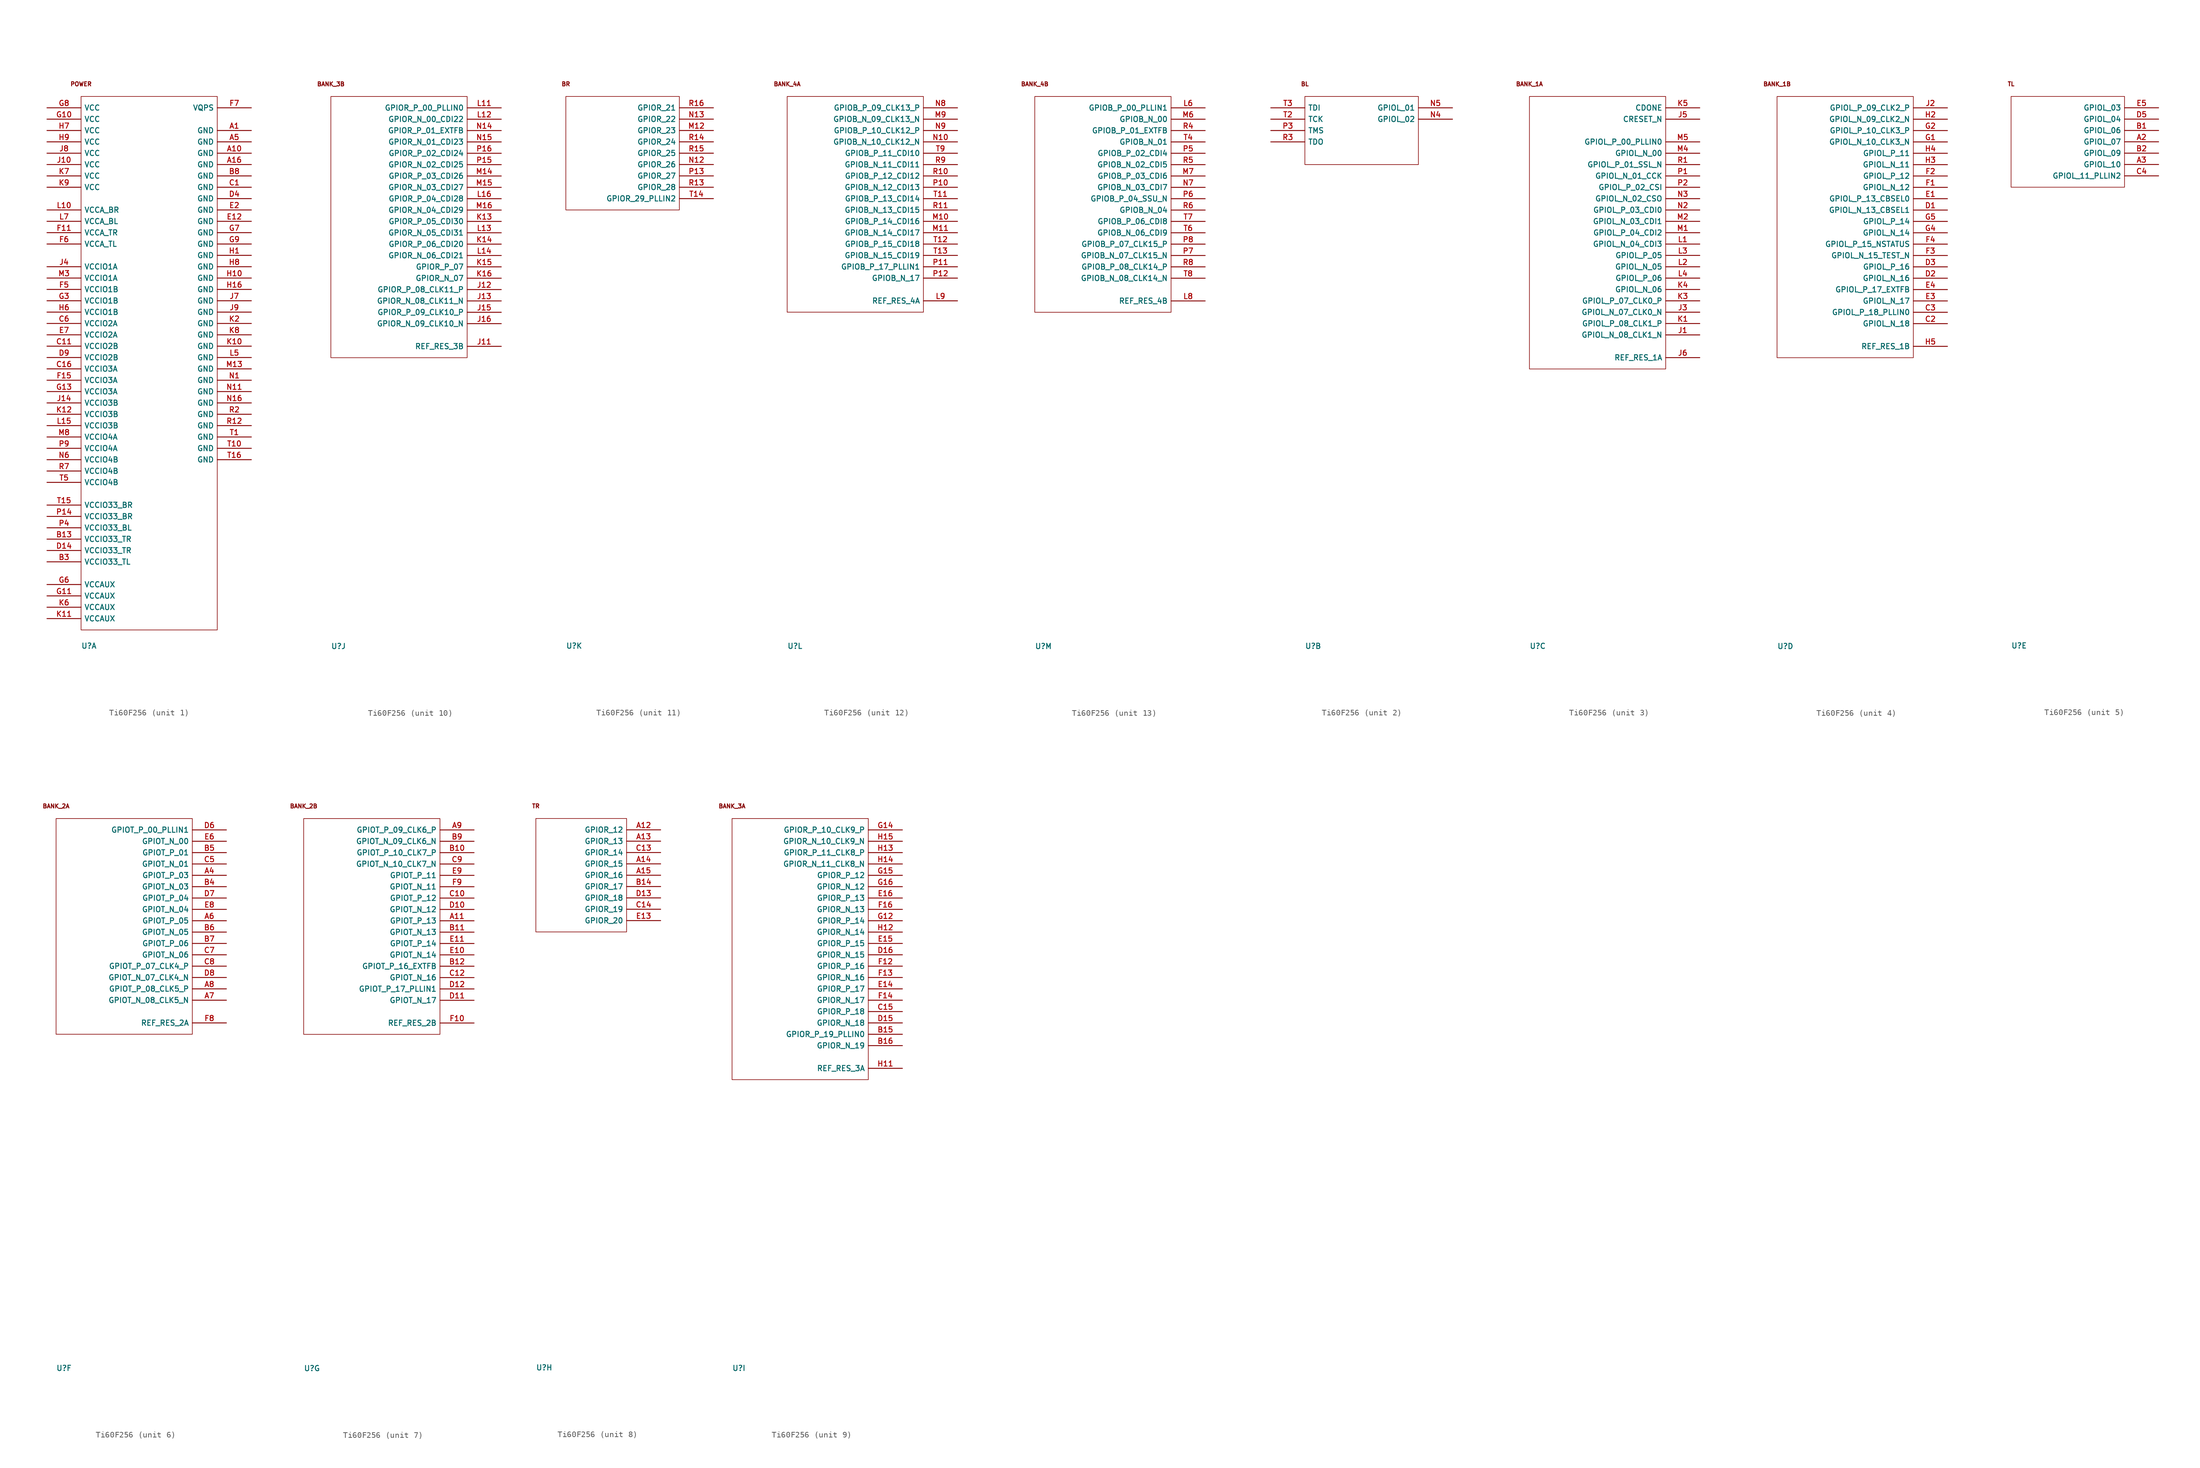
<source format=kicad_sym>
(kicad_symbol_lib
  (version 20231120)
  (generator "kicad_symbol_editor")
  (generator_version "8.0")
  (symbol "Ti60F256"
    (property "Reference" "U"
      (at 0 -91.694 0)
      (effects (font (size 0.889 0.889)) (justify left top)))
    (property "ki_locked" ""
      (at 0 0 0)
      (effects (font (size 1.27 1.27))))
    (symbol "Ti60F256_1_0"
      (pin power_in line (at 28.575 -5.715 180) (length 5.715) (name "GND" (effects (font (size 0.889 0.889)))) (number "A1" (effects (font (size 0.889 0.889)))))
      (pin power_in line (at 28.575 -9.525 180) (length 5.715) (name "GND" (effects (font (size 0.889 0.889)))) (number "A10" (effects (font (size 0.889 0.889)))))
      (pin power_in line (at 28.575 -11.43 180) (length 5.715) (name "GND" (effects (font (size 0.889 0.889)))) (number "A16" (effects (font (size 0.889 0.889)))))
      (pin power_in line (at 28.575 -7.62 180) (length 5.715) (name "GND" (effects (font (size 0.889 0.889)))) (number "A5" (effects (font (size 0.889 0.889)))))
      (pin power_in line (at -5.715 -74.295 0) (length 5.715) (name "VCCIO33_TR" (effects (font (size 0.889 0.889)))) (number "B13" (effects (font (size 0.889 0.889)))))
      (pin power_in line (at -5.715 -78.105 0) (length 5.715) (name "VCCIO33_TL" (effects (font (size 0.889 0.889)))) (number "B3" (effects (font (size 0.889 0.889)))))
      (pin power_in line (at 28.575 -13.335 180) (length 5.715) (name "GND" (effects (font (size 0.889 0.889)))) (number "B8" (effects (font (size 0.889 0.889)))))
      (pin power_in line (at 28.575 -15.24 180) (length 5.715) (name "GND" (effects (font (size 0.889 0.889)))) (number "C1" (effects (font (size 0.889 0.889)))))
      (pin power_in line (at -5.715 -41.91 0) (length 5.715) (name "VCCIO2B" (effects (font (size 0.889 0.889)))) (number "C11" (effects (font (size 0.889 0.889)))))
      (pin power_in line (at -5.715 -45.72 0) (length 5.715) (name "VCCIO3A" (effects (font (size 0.889 0.889)))) (number "C16" (effects (font (size 0.889 0.889)))))
      (pin power_in line (at -5.715 -38.1 0) (length 5.715) (name "VCCIO2A" (effects (font (size 0.889 0.889)))) (number "C6" (effects (font (size 0.889 0.889)))))
      (pin power_in line (at -5.715 -76.2 0) (length 5.715) (name "VCCIO33_TR" (effects (font (size 0.889 0.889)))) (number "D14" (effects (font (size 0.889 0.889)))))
      (pin power_in line (at 28.575 -17.145 180) (length 5.715) (name "GND" (effects (font (size 0.889 0.889)))) (number "D4" (effects (font (size 0.889 0.889)))))
      (pin power_in line (at -5.715 -43.815 0) (length 5.715) (name "VCCIO2B" (effects (font (size 0.889 0.889)))) (number "D9" (effects (font (size 0.889 0.889)))))
      (pin power_in line (at 28.575 -20.955 180) (length 5.715) (name "GND" (effects (font (size 0.889 0.889)))) (number "E12" (effects (font (size 0.889 0.889)))))
      (pin power_in line (at 28.575 -19.05 180) (length 5.715) (name "GND" (effects (font (size 0.889 0.889)))) (number "E2" (effects (font (size 0.889 0.889)))))
      (pin power_in line (at -5.715 -40.005 0) (length 5.715) (name "VCCIO2A" (effects (font (size 0.889 0.889)))) (number "E7" (effects (font (size 0.889 0.889)))))
      (pin power_in line (at -5.715 -22.86 0) (length 5.715) (name "VCCA_TR" (effects (font (size 0.889 0.889)))) (number "F11" (effects (font (size 0.889 0.889)))))
      (pin power_in line (at -5.715 -47.625 0) (length 5.715) (name "VCCIO3A" (effects (font (size 0.889 0.889)))) (number "F15" (effects (font (size 0.889 0.889)))))
      (pin power_in line (at -5.715 -32.385 0) (length 5.715) (name "VCCIO1B" (effects (font (size 0.889 0.889)))) (number "F5" (effects (font (size 0.889 0.889)))))
      (pin power_in line (at -5.715 -24.765 0) (length 5.715) (name "VCCA_TL" (effects (font (size 0.889 0.889)))) (number "F6" (effects (font (size 0.889 0.889)))))
      (pin power_in line (at 28.575 -1.905 180) (length 5.715) (name "VQPS" (effects (font (size 0.889 0.889)))) (number "F7" (effects (font (size 0.889 0.889)))))
      (pin power_in line (at -5.715 -3.81 0) (length 5.715) (name "VCC" (effects (font (size 0.889 0.889)))) (number "G10" (effects (font (size 0.889 0.889)))))
      (pin power_in line (at -5.715 -83.82 0) (length 5.715) (name "VCCAUX" (effects (font (size 0.889 0.889)))) (number "G11" (effects (font (size 0.889 0.889)))))
      (pin power_in line (at -5.715 -49.53 0) (length 5.715) (name "VCCIO3A" (effects (font (size 0.889 0.889)))) (number "G13" (effects (font (size 0.889 0.889)))))
      (pin power_in line (at -5.715 -34.29 0) (length 5.715) (name "VCCIO1B" (effects (font (size 0.889 0.889)))) (number "G3" (effects (font (size 0.889 0.889)))))
      (pin power_in line (at -5.715 -81.915 0) (length 5.715) (name "VCCAUX" (effects (font (size 0.889 0.889)))) (number "G6" (effects (font (size 0.889 0.889)))))
      (pin power_in line (at 28.575 -22.86 180) (length 5.715) (name "GND" (effects (font (size 0.889 0.889)))) (number "G7" (effects (font (size 0.889 0.889)))))
      (pin power_in line (at -5.715 -1.905 0) (length 5.715) (name "VCC" (effects (font (size 0.889 0.889)))) (number "G8" (effects (font (size 0.889 0.889)))))
      (pin power_in line (at 28.575 -24.765 180) (length 5.715) (name "GND" (effects (font (size 0.889 0.889)))) (number "G9" (effects (font (size 0.889 0.889)))))
      (pin power_in line (at 28.575 -26.67 180) (length 5.715) (name "GND" (effects (font (size 0.889 0.889)))) (number "H1" (effects (font (size 0.889 0.889)))))
      (pin power_in line (at 28.575 -30.48 180) (length 5.715) (name "GND" (effects (font (size 0.889 0.889)))) (number "H10" (effects (font (size 0.889 0.889)))))
      (pin power_in line (at 28.575 -32.385 180) (length 5.715) (name "GND" (effects (font (size 0.889 0.889)))) (number "H16" (effects (font (size 0.889 0.889)))))
      (pin power_in line (at -5.715 -36.195 0) (length 5.715) (name "VCCIO1B" (effects (font (size 0.889 0.889)))) (number "H6" (effects (font (size 0.889 0.889)))))
      (pin power_in line (at -5.715 -5.715 0) (length 5.715) (name "VCC" (effects (font (size 0.889 0.889)))) (number "H7" (effects (font (size 0.889 0.889)))))
      (pin power_in line (at 28.575 -28.575 180) (length 5.715) (name "GND" (effects (font (size 0.889 0.889)))) (number "H8" (effects (font (size 0.889 0.889)))))
      (pin power_in line (at -5.715 -7.62 0) (length 5.715) (name "VCC" (effects (font (size 0.889 0.889)))) (number "H9" (effects (font (size 0.889 0.889)))))
      (pin power_in line (at -5.715 -11.43 0) (length 5.715) (name "VCC" (effects (font (size 0.889 0.889)))) (number "J10" (effects (font (size 0.889 0.889)))))
      (pin power_in line (at -5.715 -51.435 0) (length 5.715) (name "VCCIO3B" (effects (font (size 0.889 0.889)))) (number "J14" (effects (font (size 0.889 0.889)))))
      (pin power_in line (at -5.715 -28.575 0) (length 5.715) (name "VCCIO1A" (effects (font (size 0.889 0.889)))) (number "J4" (effects (font (size 0.889 0.889)))))
      (pin power_in line (at 28.575 -34.29 180) (length 5.715) (name "GND" (effects (font (size 0.889 0.889)))) (number "J7" (effects (font (size 0.889 0.889)))))
      (pin power_in line (at -5.715 -9.525 0) (length 5.715) (name "VCC" (effects (font (size 0.889 0.889)))) (number "J8" (effects (font (size 0.889 0.889)))))
      (pin power_in line (at 28.575 -36.195 180) (length 5.715) (name "GND" (effects (font (size 0.889 0.889)))) (number "J9" (effects (font (size 0.889 0.889)))))
      (pin power_in line (at 28.575 -41.91 180) (length 5.715) (name "GND" (effects (font (size 0.889 0.889)))) (number "K10" (effects (font (size 0.889 0.889)))))
      (pin power_in line (at -5.715 -87.63 0) (length 5.715) (name "VCCAUX" (effects (font (size 0.889 0.889)))) (number "K11" (effects (font (size 0.889 0.889)))))
      (pin power_in line (at -5.715 -53.34 0) (length 5.715) (name "VCCIO3B" (effects (font (size 0.889 0.889)))) (number "K12" (effects (font (size 0.889 0.889)))))
      (pin power_in line (at 28.575 -38.1 180) (length 5.715) (name "GND" (effects (font (size 0.889 0.889)))) (number "K2" (effects (font (size 0.889 0.889)))))
      (pin power_in line (at -5.715 -85.725 0) (length 5.715) (name "VCCAUX" (effects (font (size 0.889 0.889)))) (number "K6" (effects (font (size 0.889 0.889)))))
      (pin power_in line (at -5.715 -13.335 0) (length 5.715) (name "VCC" (effects (font (size 0.889 0.889)))) (number "K7" (effects (font (size 0.889 0.889)))))
      (pin power_in line (at 28.575 -40.005 180) (length 5.715) (name "GND" (effects (font (size 0.889 0.889)))) (number "K8" (effects (font (size 0.889 0.889)))))
      (pin power_in line (at -5.715 -15.24 0) (length 5.715) (name "VCC" (effects (font (size 0.889 0.889)))) (number "K9" (effects (font (size 0.889 0.889)))))
      (pin power_in line (at -5.715 -19.05 0) (length 5.715) (name "VCCA_BR" (effects (font (size 0.889 0.889)))) (number "L10" (effects (font (size 0.889 0.889)))))
      (pin power_in line (at -5.715 -55.245 0) (length 5.715) (name "VCCIO3B" (effects (font (size 0.889 0.889)))) (number "L15" (effects (font (size 0.889 0.889)))))
      (pin power_in line (at 28.575 -43.815 180) (length 5.715) (name "GND" (effects (font (size 0.889 0.889)))) (number "L5" (effects (font (size 0.889 0.889)))))
      (pin power_in line (at -5.715 -20.955 0) (length 5.715) (name "VCCA_BL" (effects (font (size 0.889 0.889)))) (number "L7" (effects (font (size 0.889 0.889)))))
      (pin power_in line (at 28.575 -45.72 180) (length 5.715) (name "GND" (effects (font (size 0.889 0.889)))) (number "M13" (effects (font (size 0.889 0.889)))))
      (pin power_in line (at -5.715 -30.48 0) (length 5.715) (name "VCCIO1A" (effects (font (size 0.889 0.889)))) (number "M3" (effects (font (size 0.889 0.889)))))
      (pin power_in line (at -5.715 -57.15 0) (length 5.715) (name "VCCIO4A" (effects (font (size 0.889 0.889)))) (number "M8" (effects (font (size 0.889 0.889)))))
      (pin power_in line (at 28.575 -47.625 180) (length 5.715) (name "GND" (effects (font (size 0.889 0.889)))) (number "N1" (effects (font (size 0.889 0.889)))))
      (pin power_in line (at 28.575 -49.53 180) (length 5.715) (name "GND" (effects (font (size 0.889 0.889)))) (number "N11" (effects (font (size 0.889 0.889)))))
      (pin power_in line (at 28.575 -51.435 180) (length 5.715) (name "GND" (effects (font (size 0.889 0.889)))) (number "N16" (effects (font (size 0.889 0.889)))))
      (pin power_in line (at -5.715 -60.96 0) (length 5.715) (name "VCCIO4B" (effects (font (size 0.889 0.889)))) (number "N6" (effects (font (size 0.889 0.889)))))
      (pin power_in line (at -5.715 -70.485 0) (length 5.715) (name "VCCIO33_BR" (effects (font (size 0.889 0.889)))) (number "P14" (effects (font (size 0.889 0.889)))))
      (pin power_in line (at -5.715 -72.39 0) (length 5.715) (name "VCCIO33_BL" (effects (font (size 0.889 0.889)))) (number "P4" (effects (font (size 0.889 0.889)))))
      (pin power_in line (at -5.715 -59.055 0) (length 5.715) (name "VCCIO4A" (effects (font (size 0.889 0.889)))) (number "P9" (effects (font (size 0.889 0.889)))))
      (pin power_in line (at 28.575 -55.245 180) (length 5.715) (name "GND" (effects (font (size 0.889 0.889)))) (number "R12" (effects (font (size 0.889 0.889)))))
      (pin power_in line (at 28.575 -53.34 180) (length 5.715) (name "GND" (effects (font (size 0.889 0.889)))) (number "R2" (effects (font (size 0.889 0.889)))))
      (pin power_in line (at -5.715 -62.865 0) (length 5.715) (name "VCCIO4B" (effects (font (size 0.889 0.889)))) (number "R7" (effects (font (size 0.889 0.889)))))
      (pin power_in line (at 28.575 -57.15 180) (length 5.715) (name "GND" (effects (font (size 0.889 0.889)))) (number "T1" (effects (font (size 0.889 0.889)))))
      (pin power_in line (at 28.575 -59.055 180) (length 5.715) (name "GND" (effects (font (size 0.889 0.889)))) (number "T10" (effects (font (size 0.889 0.889)))))
      (pin power_in line (at -5.715 -68.58 0) (length 5.715) (name "VCCIO33_BR" (effects (font (size 0.889 0.889)))) (number "T15" (effects (font (size 0.889 0.889)))))
      (pin power_in line (at 28.575 -60.96 180) (length 5.715) (name "GND" (effects (font (size 0.889 0.889)))) (number "T16" (effects (font (size 0.889 0.889)))))
      (pin power_in line (at -5.715 -64.77 0) (length 5.715) (name "VCCIO4B" (effects (font (size 0.889 0.889)))) (number "T5" (effects (font (size 0.889 0.889))))))
    (symbol "Ti60F256_1_1"
      (rectangle (start 0 0) (end 22.86 -89.535) (stroke (width 0.102) (type solid)) (fill (type none)))
      (text "POWER" (at 0 2.083 0) (effects (font (size 0.686 0.686)))))
    (symbol "Ti60F256_2_0"
      (pin bidirectional line (at 24.765 -3.81 180) (length 5.715) (name "GPIOL_02" (effects (font (size 0.889 0.889)))) (number "N4" (effects (font (size 0.889 0.889)))))
      (pin bidirectional line (at 24.765 -1.905 180) (length 5.715) (name "GPIOL_01" (effects (font (size 0.889 0.889)))) (number "N5" (effects (font (size 0.889 0.889)))))
      (pin input line (at -5.715 -5.715 0) (length 5.715) (name "TMS" (effects (font (size 0.889 0.889)))) (number "P3" (effects (font (size 0.889 0.889)))))
      (pin output line (at -5.715 -7.62 0) (length 5.715) (name "TDO" (effects (font (size 0.889 0.889)))) (number "R3" (effects (font (size 0.889 0.889)))))
      (pin input line (at -5.715 -3.81 0) (length 5.715) (name "TCK" (effects (font (size 0.889 0.889)))) (number "T2" (effects (font (size 0.889 0.889)))))
      (pin input line (at -5.715 -1.905 0) (length 5.715) (name "TDI" (effects (font (size 0.889 0.889)))) (number "T3" (effects (font (size 0.889 0.889))))))
    (symbol "Ti60F256_2_1"
      (rectangle (start 0 0) (end 19.05 -11.43) (stroke (width 0.102) (type solid)) (fill (type none)))
      (text "BL" (at 0 2.083 0) (effects (font (size 0.686 0.686)))))
    (symbol "Ti60F256_3_0"
      (pin bidirectional line (at 28.575 -40.005 180) (length 5.715) (name "GPIOL_N_08_CLK1_N" (effects (font (size 0.889 0.889)))) (number "J1" (effects (font (size 0.889 0.889)))))
      (pin bidirectional line (at 28.575 -36.195 180) (length 5.715) (name "GPIOL_N_07_CLK0_N" (effects (font (size 0.889 0.889)))) (number "J3" (effects (font (size 0.889 0.889)))))
      (pin input line (at 28.575 -3.81 180) (length 5.715) (name "CRESET_N" (effects (font (size 0.889 0.889)))) (number "J5" (effects (font (size 0.889 0.889)))))
      (pin passive line (at 28.575 -43.815 180) (length 5.715) (name "REF_RES_1A" (effects (font (size 0.889 0.889)))) (number "J6" (effects (font (size 0.889 0.889)))))
      (pin bidirectional line (at 28.575 -38.1 180) (length 5.715) (name "GPIOL_P_08_CLK1_P" (effects (font (size 0.889 0.889)))) (number "K1" (effects (font (size 0.889 0.889)))))
      (pin bidirectional line (at 28.575 -34.29 180) (length 5.715) (name "GPIOL_P_07_CLK0_P" (effects (font (size 0.889 0.889)))) (number "K3" (effects (font (size 0.889 0.889)))))
      (pin bidirectional line (at 28.575 -32.385 180) (length 5.715) (name "GPIOL_N_06" (effects (font (size 0.889 0.889)))) (number "K4" (effects (font (size 0.889 0.889)))))
      (pin bidirectional line (at 28.575 -1.905 180) (length 5.715) (name "CDONE" (effects (font (size 0.889 0.889)))) (number "K5" (effects (font (size 0.889 0.889)))))
      (pin bidirectional line (at 28.575 -24.765 180) (length 5.715) (name "GPIOL_N_04_CDI3" (effects (font (size 0.889 0.889)))) (number "L1" (effects (font (size 0.889 0.889)))))
      (pin bidirectional line (at 28.575 -28.575 180) (length 5.715) (name "GPIOL_N_05" (effects (font (size 0.889 0.889)))) (number "L2" (effects (font (size 0.889 0.889)))))
      (pin bidirectional line (at 28.575 -26.67 180) (length 5.715) (name "GPIOL_P_05" (effects (font (size 0.889 0.889)))) (number "L3" (effects (font (size 0.889 0.889)))))
      (pin bidirectional line (at 28.575 -30.48 180) (length 5.715) (name "GPIOL_P_06" (effects (font (size 0.889 0.889)))) (number "L4" (effects (font (size 0.889 0.889)))))
      (pin bidirectional line (at 28.575 -22.86 180) (length 5.715) (name "GPIOL_P_04_CDI2" (effects (font (size 0.889 0.889)))) (number "M1" (effects (font (size 0.889 0.889)))))
      (pin bidirectional line (at 28.575 -20.955 180) (length 5.715) (name "GPIOL_N_03_CDI1" (effects (font (size 0.889 0.889)))) (number "M2" (effects (font (size 0.889 0.889)))))
      (pin bidirectional line (at 28.575 -9.525 180) (length 5.715) (name "GPIOL_N_00" (effects (font (size 0.889 0.889)))) (number "M4" (effects (font (size 0.889 0.889)))))
      (pin bidirectional line (at 28.575 -7.62 180) (length 5.715) (name "GPIOL_P_00_PLLIN0" (effects (font (size 0.889 0.889)))) (number "M5" (effects (font (size 0.889 0.889)))))
      (pin bidirectional line (at 28.575 -19.05 180) (length 5.715) (name "GPIOL_P_03_CDI0" (effects (font (size 0.889 0.889)))) (number "N2" (effects (font (size 0.889 0.889)))))
      (pin bidirectional line (at 28.575 -17.145 180) (length 5.715) (name "GPIOL_N_02_CSO" (effects (font (size 0.889 0.889)))) (number "N3" (effects (font (size 0.889 0.889)))))
      (pin bidirectional line (at 28.575 -13.335 180) (length 5.715) (name "GPIOL_N_01_CCK" (effects (font (size 0.889 0.889)))) (number "P1" (effects (font (size 0.889 0.889)))))
      (pin bidirectional line (at 28.575 -15.24 180) (length 5.715) (name "GPIOL_P_02_CSI" (effects (font (size 0.889 0.889)))) (number "P2" (effects (font (size 0.889 0.889)))))
      (pin bidirectional line (at 28.575 -11.43 180) (length 5.715) (name "GPIOL_P_01_SSL_N" (effects (font (size 0.889 0.889)))) (number "R1" (effects (font (size 0.889 0.889))))))
    (symbol "Ti60F256_3_1"
      (rectangle (start 0 0) (end 22.86 -45.72) (stroke (width 0.102) (type solid)) (fill (type none)))
      (text "BANK_1A" (at 0 2.083 0) (effects (font (size 0.686 0.686)))))
    (symbol "Ti60F256_4_0"
      (pin bidirectional line (at 28.575 -38.1 180) (length 5.715) (name "GPIOL_N_18" (effects (font (size 0.889 0.889)))) (number "C2" (effects (font (size 0.889 0.889)))))
      (pin bidirectional line (at 28.575 -36.195 180) (length 5.715) (name "GPIOL_P_18_PLLIN0" (effects (font (size 0.889 0.889)))) (number "C3" (effects (font (size 0.889 0.889)))))
      (pin bidirectional line (at 28.575 -19.05 180) (length 5.715) (name "GPIOL_N_13_CBSEL1" (effects (font (size 0.889 0.889)))) (number "D1" (effects (font (size 0.889 0.889)))))
      (pin bidirectional line (at 28.575 -30.48 180) (length 5.715) (name "GPIOL_N_16" (effects (font (size 0.889 0.889)))) (number "D2" (effects (font (size 0.889 0.889)))))
      (pin bidirectional line (at 28.575 -28.575 180) (length 5.715) (name "GPIOL_P_16" (effects (font (size 0.889 0.889)))) (number "D3" (effects (font (size 0.889 0.889)))))
      (pin bidirectional line (at 28.575 -17.145 180) (length 5.715) (name "GPIOL_P_13_CBSEL0" (effects (font (size 0.889 0.889)))) (number "E1" (effects (font (size 0.889 0.889)))))
      (pin bidirectional line (at 28.575 -34.29 180) (length 5.715) (name "GPIOL_N_17" (effects (font (size 0.889 0.889)))) (number "E3" (effects (font (size 0.889 0.889)))))
      (pin bidirectional line (at 28.575 -32.385 180) (length 5.715) (name "GPIOL_P_17_EXTFB" (effects (font (size 0.889 0.889)))) (number "E4" (effects (font (size 0.889 0.889)))))
      (pin bidirectional line (at 28.575 -15.24 180) (length 5.715) (name "GPIOL_N_12" (effects (font (size 0.889 0.889)))) (number "F1" (effects (font (size 0.889 0.889)))))
      (pin bidirectional line (at 28.575 -13.335 180) (length 5.715) (name "GPIOL_P_12" (effects (font (size 0.889 0.889)))) (number "F2" (effects (font (size 0.889 0.889)))))
      (pin bidirectional line (at 28.575 -26.67 180) (length 5.715) (name "GPIOL_N_15_TEST_N" (effects (font (size 0.889 0.889)))) (number "F3" (effects (font (size 0.889 0.889)))))
      (pin bidirectional line (at 28.575 -24.765 180) (length 5.715) (name "GPIOL_P_15_NSTATUS" (effects (font (size 0.889 0.889)))) (number "F4" (effects (font (size 0.889 0.889)))))
      (pin bidirectional line (at 28.575 -7.62 180) (length 5.715) (name "GPIOL_N_10_CLK3_N" (effects (font (size 0.889 0.889)))) (number "G1" (effects (font (size 0.889 0.889)))))
      (pin bidirectional line (at 28.575 -5.715 180) (length 5.715) (name "GPIOL_P_10_CLK3_P" (effects (font (size 0.889 0.889)))) (number "G2" (effects (font (size 0.889 0.889)))))
      (pin bidirectional line (at 28.575 -22.86 180) (length 5.715) (name "GPIOL_N_14" (effects (font (size 0.889 0.889)))) (number "G4" (effects (font (size 0.889 0.889)))))
      (pin bidirectional line (at 28.575 -20.955 180) (length 5.715) (name "GPIOL_P_14" (effects (font (size 0.889 0.889)))) (number "G5" (effects (font (size 0.889 0.889)))))
      (pin bidirectional line (at 28.575 -3.81 180) (length 5.715) (name "GPIOL_N_09_CLK2_N" (effects (font (size 0.889 0.889)))) (number "H2" (effects (font (size 0.889 0.889)))))
      (pin bidirectional line (at 28.575 -11.43 180) (length 5.715) (name "GPIOL_N_11" (effects (font (size 0.889 0.889)))) (number "H3" (effects (font (size 0.889 0.889)))))
      (pin bidirectional line (at 28.575 -9.525 180) (length 5.715) (name "GPIOL_P_11" (effects (font (size 0.889 0.889)))) (number "H4" (effects (font (size 0.889 0.889)))))
      (pin passive line (at 28.575 -41.91 180) (length 5.715) (name "REF_RES_1B" (effects (font (size 0.889 0.889)))) (number "H5" (effects (font (size 0.889 0.889)))))
      (pin bidirectional line (at 28.575 -1.905 180) (length 5.715) (name "GPIOL_P_09_CLK2_P" (effects (font (size 0.889 0.889)))) (number "J2" (effects (font (size 0.889 0.889))))))
    (symbol "Ti60F256_4_1"
      (rectangle (start 0 0) (end 22.86 -43.815) (stroke (width 0.102) (type solid)) (fill (type none)))
      (text "BANK_1B" (at 0 2.083 0) (effects (font (size 0.686 0.686)))))
    (symbol "Ti60F256_5_0"
      (pin bidirectional line (at 24.765 -7.62 180) (length 5.715) (name "GPIOL_07" (effects (font (size 0.889 0.889)))) (number "A2" (effects (font (size 0.889 0.889)))))
      (pin bidirectional line (at 24.765 -11.43 180) (length 5.715) (name "GPIOL_10" (effects (font (size 0.889 0.889)))) (number "A3" (effects (font (size 0.889 0.889)))))
      (pin bidirectional line (at 24.765 -5.715 180) (length 5.715) (name "GPIOL_06" (effects (font (size 0.889 0.889)))) (number "B1" (effects (font (size 0.889 0.889)))))
      (pin bidirectional line (at 24.765 -9.525 180) (length 5.715) (name "GPIOL_09" (effects (font (size 0.889 0.889)))) (number "B2" (effects (font (size 0.889 0.889)))))
      (pin bidirectional line (at 24.765 -13.335 180) (length 5.715) (name "GPIOL_11_PLLIN2" (effects (font (size 0.889 0.889)))) (number "C4" (effects (font (size 0.889 0.889)))))
      (pin bidirectional line (at 24.765 -3.81 180) (length 5.715) (name "GPIOL_04" (effects (font (size 0.889 0.889)))) (number "D5" (effects (font (size 0.889 0.889)))))
      (pin bidirectional line (at 24.765 -1.905 180) (length 5.715) (name "GPIOL_03" (effects (font (size 0.889 0.889)))) (number "E5" (effects (font (size 0.889 0.889))))))
    (symbol "Ti60F256_5_1"
      (rectangle (start 0 0) (end 19.05 -15.24) (stroke (width 0.102) (type solid)) (fill (type none)))
      (text "TL" (at 0 2.083 0) (effects (font (size 0.686 0.686)))))
    (symbol "Ti60F256_6_0"
      (pin bidirectional line (at 28.575 -9.525 180) (length 5.715) (name "GPIOT_P_03" (effects (font (size 0.889 0.889)))) (number "A4" (effects (font (size 0.889 0.889)))))
      (pin bidirectional line (at 28.575 -17.145 180) (length 5.715) (name "GPIOT_P_05" (effects (font (size 0.889 0.889)))) (number "A6" (effects (font (size 0.889 0.889)))))
      (pin bidirectional line (at 28.575 -30.48 180) (length 5.715) (name "GPIOT_N_08_CLK5_N" (effects (font (size 0.889 0.889)))) (number "A7" (effects (font (size 0.889 0.889)))))
      (pin bidirectional line (at 28.575 -28.575 180) (length 5.715) (name "GPIOT_P_08_CLK5_P" (effects (font (size 0.889 0.889)))) (number "A8" (effects (font (size 0.889 0.889)))))
      (pin bidirectional line (at 28.575 -11.43 180) (length 5.715) (name "GPIOT_N_03" (effects (font (size 0.889 0.889)))) (number "B4" (effects (font (size 0.889 0.889)))))
      (pin bidirectional line (at 28.575 -5.715 180) (length 5.715) (name "GPIOT_P_01" (effects (font (size 0.889 0.889)))) (number "B5" (effects (font (size 0.889 0.889)))))
      (pin bidirectional line (at 28.575 -19.05 180) (length 5.715) (name "GPIOT_N_05" (effects (font (size 0.889 0.889)))) (number "B6" (effects (font (size 0.889 0.889)))))
      (pin bidirectional line (at 28.575 -20.955 180) (length 5.715) (name "GPIOT_P_06" (effects (font (size 0.889 0.889)))) (number "B7" (effects (font (size 0.889 0.889)))))
      (pin bidirectional line (at 28.575 -7.62 180) (length 5.715) (name "GPIOT_N_01" (effects (font (size 0.889 0.889)))) (number "C5" (effects (font (size 0.889 0.889)))))
      (pin bidirectional line (at 28.575 -22.86 180) (length 5.715) (name "GPIOT_N_06" (effects (font (size 0.889 0.889)))) (number "C7" (effects (font (size 0.889 0.889)))))
      (pin bidirectional line (at 28.575 -24.765 180) (length 5.715) (name "GPIOT_P_07_CLK4_P" (effects (font (size 0.889 0.889)))) (number "C8" (effects (font (size 0.889 0.889)))))
      (pin bidirectional line (at 28.575 -1.905 180) (length 5.715) (name "GPIOT_P_00_PLLIN1" (effects (font (size 0.889 0.889)))) (number "D6" (effects (font (size 0.889 0.889)))))
      (pin bidirectional line (at 28.575 -13.335 180) (length 5.715) (name "GPIOT_P_04" (effects (font (size 0.889 0.889)))) (number "D7" (effects (font (size 0.889 0.889)))))
      (pin bidirectional line (at 28.575 -26.67 180) (length 5.715) (name "GPIOT_N_07_CLK4_N" (effects (font (size 0.889 0.889)))) (number "D8" (effects (font (size 0.889 0.889)))))
      (pin bidirectional line (at 28.575 -3.81 180) (length 5.715) (name "GPIOT_N_00" (effects (font (size 0.889 0.889)))) (number "E6" (effects (font (size 0.889 0.889)))))
      (pin bidirectional line (at 28.575 -15.24 180) (length 5.715) (name "GPIOT_N_04" (effects (font (size 0.889 0.889)))) (number "E8" (effects (font (size 0.889 0.889)))))
      (pin passive line (at 28.575 -34.29 180) (length 5.715) (name "REF_RES_2A" (effects (font (size 0.889 0.889)))) (number "F8" (effects (font (size 0.889 0.889))))))
    (symbol "Ti60F256_6_1"
      (rectangle (start 0 0) (end 22.86 -36.195) (stroke (width 0.102) (type solid)) (fill (type none)))
      (text "BANK_2A" (at 0 2.083 0) (effects (font (size 0.686 0.686)))))
    (symbol "Ti60F256_7_0"
      (pin bidirectional line (at 28.575 -17.145 180) (length 5.715) (name "GPIOT_P_13" (effects (font (size 0.889 0.889)))) (number "A11" (effects (font (size 0.889 0.889)))))
      (pin bidirectional line (at 28.575 -1.905 180) (length 5.715) (name "GPIOT_P_09_CLK6_P" (effects (font (size 0.889 0.889)))) (number "A9" (effects (font (size 0.889 0.889)))))
      (pin bidirectional line (at 28.575 -5.715 180) (length 5.715) (name "GPIOT_P_10_CLK7_P" (effects (font (size 0.889 0.889)))) (number "B10" (effects (font (size 0.889 0.889)))))
      (pin bidirectional line (at 28.575 -19.05 180) (length 5.715) (name "GPIOT_N_13" (effects (font (size 0.889 0.889)))) (number "B11" (effects (font (size 0.889 0.889)))))
      (pin bidirectional line (at 28.575 -24.765 180) (length 5.715) (name "GPIOT_P_16_EXTFB" (effects (font (size 0.889 0.889)))) (number "B12" (effects (font (size 0.889 0.889)))))
      (pin bidirectional line (at 28.575 -3.81 180) (length 5.715) (name "GPIOT_N_09_CLK6_N" (effects (font (size 0.889 0.889)))) (number "B9" (effects (font (size 0.889 0.889)))))
      (pin bidirectional line (at 28.575 -13.335 180) (length 5.715) (name "GPIOT_P_12" (effects (font (size 0.889 0.889)))) (number "C10" (effects (font (size 0.889 0.889)))))
      (pin bidirectional line (at 28.575 -26.67 180) (length 5.715) (name "GPIOT_N_16" (effects (font (size 0.889 0.889)))) (number "C12" (effects (font (size 0.889 0.889)))))
      (pin bidirectional line (at 28.575 -7.62 180) (length 5.715) (name "GPIOT_N_10_CLK7_N" (effects (font (size 0.889 0.889)))) (number "C9" (effects (font (size 0.889 0.889)))))
      (pin bidirectional line (at 28.575 -15.24 180) (length 5.715) (name "GPIOT_N_12" (effects (font (size 0.889 0.889)))) (number "D10" (effects (font (size 0.889 0.889)))))
      (pin bidirectional line (at 28.575 -30.48 180) (length 5.715) (name "GPIOT_N_17" (effects (font (size 0.889 0.889)))) (number "D11" (effects (font (size 0.889 0.889)))))
      (pin bidirectional line (at 28.575 -28.575 180) (length 5.715) (name "GPIOT_P_17_PLLIN1" (effects (font (size 0.889 0.889)))) (number "D12" (effects (font (size 0.889 0.889)))))
      (pin bidirectional line (at 28.575 -22.86 180) (length 5.715) (name "GPIOT_N_14" (effects (font (size 0.889 0.889)))) (number "E10" (effects (font (size 0.889 0.889)))))
      (pin bidirectional line (at 28.575 -20.955 180) (length 5.715) (name "GPIOT_P_14" (effects (font (size 0.889 0.889)))) (number "E11" (effects (font (size 0.889 0.889)))))
      (pin bidirectional line (at 28.575 -9.525 180) (length 5.715) (name "GPIOT_P_11" (effects (font (size 0.889 0.889)))) (number "E9" (effects (font (size 0.889 0.889)))))
      (pin passive line (at 28.575 -34.29 180) (length 5.715) (name "REF_RES_2B" (effects (font (size 0.889 0.889)))) (number "F10" (effects (font (size 0.889 0.889)))))
      (pin bidirectional line (at 28.575 -11.43 180) (length 5.715) (name "GPIOT_N_11" (effects (font (size 0.889 0.889)))) (number "F9" (effects (font (size 0.889 0.889))))))
    (symbol "Ti60F256_7_1"
      (rectangle (start 0 0) (end 22.86 -36.195) (stroke (width 0.102) (type solid)) (fill (type none)))
      (text "BANK_2B" (at 0 2.083 0) (effects (font (size 0.686 0.686)))))
    (symbol "Ti60F256_8_0"
      (pin bidirectional line (at 20.955 -1.905 180) (length 5.715) (name "GPIOR_12" (effects (font (size 0.889 0.889)))) (number "A12" (effects (font (size 0.889 0.889)))))
      (pin bidirectional line (at 20.955 -3.81 180) (length 5.715) (name "GPIOR_13" (effects (font (size 0.889 0.889)))) (number "A13" (effects (font (size 0.889 0.889)))))
      (pin bidirectional line (at 20.955 -7.62 180) (length 5.715) (name "GPIOR_15" (effects (font (size 0.889 0.889)))) (number "A14" (effects (font (size 0.889 0.889)))))
      (pin bidirectional line (at 20.955 -9.525 180) (length 5.715) (name "GPIOR_16" (effects (font (size 0.889 0.889)))) (number "A15" (effects (font (size 0.889 0.889)))))
      (pin bidirectional line (at 20.955 -11.43 180) (length 5.715) (name "GPIOR_17" (effects (font (size 0.889 0.889)))) (number "B14" (effects (font (size 0.889 0.889)))))
      (pin bidirectional line (at 20.955 -5.715 180) (length 5.715) (name "GPIOR_14" (effects (font (size 0.889 0.889)))) (number "C13" (effects (font (size 0.889 0.889)))))
      (pin bidirectional line (at 20.955 -15.24 180) (length 5.715) (name "GPIOR_19" (effects (font (size 0.889 0.889)))) (number "C14" (effects (font (size 0.889 0.889)))))
      (pin bidirectional line (at 20.955 -13.335 180) (length 5.715) (name "GPIOR_18" (effects (font (size 0.889 0.889)))) (number "D13" (effects (font (size 0.889 0.889)))))
      (pin bidirectional line (at 20.955 -17.145 180) (length 5.715) (name "GPIOR_20" (effects (font (size 0.889 0.889)))) (number "E13" (effects (font (size 0.889 0.889))))))
    (symbol "Ti60F256_8_1"
      (rectangle (start 0 0) (end 15.24 -19.05) (stroke (width 0.102) (type solid)) (fill (type none)))
      (text "TR" (at 0 2.083 0) (effects (font (size 0.686 0.686)))))
    (symbol "Ti60F256_9_0"
      (pin bidirectional line (at 28.575 -36.195 180) (length 5.715) (name "GPIOR_P_19_PLLIN0" (effects (font (size 0.889 0.889)))) (number "B15" (effects (font (size 0.889 0.889)))))
      (pin bidirectional line (at 28.575 -38.1 180) (length 5.715) (name "GPIOR_N_19" (effects (font (size 0.889 0.889)))) (number "B16" (effects (font (size 0.889 0.889)))))
      (pin bidirectional line (at 28.575 -32.385 180) (length 5.715) (name "GPIOR_P_18" (effects (font (size 0.889 0.889)))) (number "C15" (effects (font (size 0.889 0.889)))))
      (pin bidirectional line (at 28.575 -34.29 180) (length 5.715) (name "GPIOR_N_18" (effects (font (size 0.889 0.889)))) (number "D15" (effects (font (size 0.889 0.889)))))
      (pin bidirectional line (at 28.575 -22.86 180) (length 5.715) (name "GPIOR_N_15" (effects (font (size 0.889 0.889)))) (number "D16" (effects (font (size 0.889 0.889)))))
      (pin bidirectional line (at 28.575 -28.575 180) (length 5.715) (name "GPIOR_P_17" (effects (font (size 0.889 0.889)))) (number "E14" (effects (font (size 0.889 0.889)))))
      (pin bidirectional line (at 28.575 -20.955 180) (length 5.715) (name "GPIOR_P_15" (effects (font (size 0.889 0.889)))) (number "E15" (effects (font (size 0.889 0.889)))))
      (pin bidirectional line (at 28.575 -13.335 180) (length 5.715) (name "GPIOR_P_13" (effects (font (size 0.889 0.889)))) (number "E16" (effects (font (size 0.889 0.889)))))
      (pin bidirectional line (at 28.575 -24.765 180) (length 5.715) (name "GPIOR_P_16" (effects (font (size 0.889 0.889)))) (number "F12" (effects (font (size 0.889 0.889)))))
      (pin bidirectional line (at 28.575 -26.67 180) (length 5.715) (name "GPIOR_N_16" (effects (font (size 0.889 0.889)))) (number "F13" (effects (font (size 0.889 0.889)))))
      (pin bidirectional line (at 28.575 -30.48 180) (length 5.715) (name "GPIOR_N_17" (effects (font (size 0.889 0.889)))) (number "F14" (effects (font (size 0.889 0.889)))))
      (pin bidirectional line (at 28.575 -15.24 180) (length 5.715) (name "GPIOR_N_13" (effects (font (size 0.889 0.889)))) (number "F16" (effects (font (size 0.889 0.889)))))
      (pin bidirectional line (at 28.575 -17.145 180) (length 5.715) (name "GPIOR_P_14" (effects (font (size 0.889 0.889)))) (number "G12" (effects (font (size 0.889 0.889)))))
      (pin bidirectional line (at 28.575 -1.905 180) (length 5.715) (name "GPIOR_P_10_CLK9_P" (effects (font (size 0.889 0.889)))) (number "G14" (effects (font (size 0.889 0.889)))))
      (pin bidirectional line (at 28.575 -9.525 180) (length 5.715) (name "GPIOR_P_12" (effects (font (size 0.889 0.889)))) (number "G15" (effects (font (size 0.889 0.889)))))
      (pin bidirectional line (at 28.575 -11.43 180) (length 5.715) (name "GPIOR_N_12" (effects (font (size 0.889 0.889)))) (number "G16" (effects (font (size 0.889 0.889)))))
      (pin passive line (at 28.575 -41.91 180) (length 5.715) (name "REF_RES_3A" (effects (font (size 0.889 0.889)))) (number "H11" (effects (font (size 0.889 0.889)))))
      (pin bidirectional line (at 28.575 -19.05 180) (length 5.715) (name "GPIOR_N_14" (effects (font (size 0.889 0.889)))) (number "H12" (effects (font (size 0.889 0.889)))))
      (pin bidirectional line (at 28.575 -5.715 180) (length 5.715) (name "GPIOR_P_11_CLK8_P" (effects (font (size 0.889 0.889)))) (number "H13" (effects (font (size 0.889 0.889)))))
      (pin bidirectional line (at 28.575 -7.62 180) (length 5.715) (name "GPIOR_N_11_CLK8_N" (effects (font (size 0.889 0.889)))) (number "H14" (effects (font (size 0.889 0.889)))))
      (pin bidirectional line (at 28.575 -3.81 180) (length 5.715) (name "GPIOR_N_10_CLK9_N" (effects (font (size 0.889 0.889)))) (number "H15" (effects (font (size 0.889 0.889))))))
    (symbol "Ti60F256_9_1"
      (rectangle (start 0 0) (end 22.86 -43.815) (stroke (width 0.102) (type solid)) (fill (type none)))
      (text "BANK_3A" (at 0 2.083 0) (effects (font (size 0.686 0.686)))))
    (symbol "Ti60F256_10_0"
      (pin passive line (at 28.575 -41.91 180) (length 5.715) (name "REF_RES_3B" (effects (font (size 0.889 0.889)))) (number "J11" (effects (font (size 0.889 0.889)))))
      (pin bidirectional line (at 28.575 -32.385 180) (length 5.715) (name "GPIOR_P_08_CLK11_P" (effects (font (size 0.889 0.889)))) (number "J12" (effects (font (size 0.889 0.889)))))
      (pin bidirectional line (at 28.575 -34.29 180) (length 5.715) (name "GPIOR_N_08_CLK11_N" (effects (font (size 0.889 0.889)))) (number "J13" (effects (font (size 0.889 0.889)))))
      (pin bidirectional line (at 28.575 -36.195 180) (length 5.715) (name "GPIOR_P_09_CLK10_P" (effects (font (size 0.889 0.889)))) (number "J15" (effects (font (size 0.889 0.889)))))
      (pin bidirectional line (at 28.575 -38.1 180) (length 5.715) (name "GPIOR_N_09_CLK10_N" (effects (font (size 0.889 0.889)))) (number "J16" (effects (font (size 0.889 0.889)))))
      (pin bidirectional line (at 28.575 -20.955 180) (length 5.715) (name "GPIOR_P_05_CDI30" (effects (font (size 0.889 0.889)))) (number "K13" (effects (font (size 0.889 0.889)))))
      (pin bidirectional line (at 28.575 -24.765 180) (length 5.715) (name "GPIOR_P_06_CDI20" (effects (font (size 0.889 0.889)))) (number "K14" (effects (font (size 0.889 0.889)))))
      (pin bidirectional line (at 28.575 -28.575 180) (length 5.715) (name "GPIOR_P_07" (effects (font (size 0.889 0.889)))) (number "K15" (effects (font (size 0.889 0.889)))))
      (pin bidirectional line (at 28.575 -30.48 180) (length 5.715) (name "GPIOR_N_07" (effects (font (size 0.889 0.889)))) (number "K16" (effects (font (size 0.889 0.889)))))
      (pin bidirectional line (at 28.575 -1.905 180) (length 5.715) (name "GPIOR_P_00_PLLIN0" (effects (font (size 0.889 0.889)))) (number "L11" (effects (font (size 0.889 0.889)))))
      (pin bidirectional line (at 28.575 -3.81 180) (length 5.715) (name "GPIOR_N_00_CDI22" (effects (font (size 0.889 0.889)))) (number "L12" (effects (font (size 0.889 0.889)))))
      (pin bidirectional line (at 28.575 -22.86 180) (length 5.715) (name "GPIOR_N_05_CDI31" (effects (font (size 0.889 0.889)))) (number "L13" (effects (font (size 0.889 0.889)))))
      (pin bidirectional line (at 28.575 -26.67 180) (length 5.715) (name "GPIOR_N_06_CDI21" (effects (font (size 0.889 0.889)))) (number "L14" (effects (font (size 0.889 0.889)))))
      (pin bidirectional line (at 28.575 -17.145 180) (length 5.715) (name "GPIOR_P_04_CDI28" (effects (font (size 0.889 0.889)))) (number "L16" (effects (font (size 0.889 0.889)))))
      (pin bidirectional line (at 28.575 -13.335 180) (length 5.715) (name "GPIOR_P_03_CDI26" (effects (font (size 0.889 0.889)))) (number "M14" (effects (font (size 0.889 0.889)))))
      (pin bidirectional line (at 28.575 -15.24 180) (length 5.715) (name "GPIOR_N_03_CDI27" (effects (font (size 0.889 0.889)))) (number "M15" (effects (font (size 0.889 0.889)))))
      (pin bidirectional line (at 28.575 -19.05 180) (length 5.715) (name "GPIOR_N_04_CDI29" (effects (font (size 0.889 0.889)))) (number "M16" (effects (font (size 0.889 0.889)))))
      (pin bidirectional line (at 28.575 -5.715 180) (length 5.715) (name "GPIOR_P_01_EXTFB" (effects (font (size 0.889 0.889)))) (number "N14" (effects (font (size 0.889 0.889)))))
      (pin bidirectional line (at 28.575 -7.62 180) (length 5.715) (name "GPIOR_N_01_CDI23" (effects (font (size 0.889 0.889)))) (number "N15" (effects (font (size 0.889 0.889)))))
      (pin bidirectional line (at 28.575 -11.43 180) (length 5.715) (name "GPIOR_N_02_CDI25" (effects (font (size 0.889 0.889)))) (number "P15" (effects (font (size 0.889 0.889)))))
      (pin bidirectional line (at 28.575 -9.525 180) (length 5.715) (name "GPIOR_P_02_CDI24" (effects (font (size 0.889 0.889)))) (number "P16" (effects (font (size 0.889 0.889))))))
    (symbol "Ti60F256_10_1"
      (rectangle (start 0 0) (end 22.86 -43.815) (stroke (width 0.102) (type solid)) (fill (type none)))
      (text "BANK_3B" (at 0 2.083 0) (effects (font (size 0.686 0.686)))))
    (symbol "Ti60F256_11_0"
      (pin bidirectional line (at 24.765 -5.715 180) (length 5.715) (name "GPIOR_23" (effects (font (size 0.889 0.889)))) (number "M12" (effects (font (size 0.889 0.889)))))
      (pin bidirectional line (at 24.765 -11.43 180) (length 5.715) (name "GPIOR_26" (effects (font (size 0.889 0.889)))) (number "N12" (effects (font (size 0.889 0.889)))))
      (pin bidirectional line (at 24.765 -3.81 180) (length 5.715) (name "GPIOR_22" (effects (font (size 0.889 0.889)))) (number "N13" (effects (font (size 0.889 0.889)))))
      (pin bidirectional line (at 24.765 -13.335 180) (length 5.715) (name "GPIOR_27" (effects (font (size 0.889 0.889)))) (number "P13" (effects (font (size 0.889 0.889)))))
      (pin bidirectional line (at 24.765 -15.24 180) (length 5.715) (name "GPIOR_28" (effects (font (size 0.889 0.889)))) (number "R13" (effects (font (size 0.889 0.889)))))
      (pin bidirectional line (at 24.765 -7.62 180) (length 5.715) (name "GPIOR_24" (effects (font (size 0.889 0.889)))) (number "R14" (effects (font (size 0.889 0.889)))))
      (pin bidirectional line (at 24.765 -9.525 180) (length 5.715) (name "GPIOR_25" (effects (font (size 0.889 0.889)))) (number "R15" (effects (font (size 0.889 0.889)))))
      (pin bidirectional line (at 24.765 -1.905 180) (length 5.715) (name "GPIOR_21" (effects (font (size 0.889 0.889)))) (number "R16" (effects (font (size 0.889 0.889)))))
      (pin bidirectional line (at 24.765 -17.145 180) (length 5.715) (name "GPIOR_29_PLLIN2" (effects (font (size 0.889 0.889)))) (number "T14" (effects (font (size 0.889 0.889))))))
    (symbol "Ti60F256_11_1"
      (rectangle (start 0 0) (end 19.05 -19.05) (stroke (width 0.102) (type solid)) (fill (type none)))
      (text "BR" (at 0 2.083 0) (effects (font (size 0.686 0.686)))))
    (symbol "Ti60F256_12_0"
      (pin passive line (at 28.575 -34.29 180) (length 5.715) (name "REF_RES_4A" (effects (font (size 0.889 0.889)))) (number "L9" (effects (font (size 0.889 0.889)))))
      (pin bidirectional line (at 28.575 -20.955 180) (length 5.715) (name "GPIOB_P_14_CDI16" (effects (font (size 0.889 0.889)))) (number "M10" (effects (font (size 0.889 0.889)))))
      (pin bidirectional line (at 28.575 -22.86 180) (length 5.715) (name "GPIOB_N_14_CDI17" (effects (font (size 0.889 0.889)))) (number "M11" (effects (font (size 0.889 0.889)))))
      (pin bidirectional line (at 28.575 -3.81 180) (length 5.715) (name "GPIOB_N_09_CLK13_N" (effects (font (size 0.889 0.889)))) (number "M9" (effects (font (size 0.889 0.889)))))
      (pin bidirectional line (at 28.575 -7.62 180) (length 5.715) (name "GPIOB_N_10_CLK12_N" (effects (font (size 0.889 0.889)))) (number "N10" (effects (font (size 0.889 0.889)))))
      (pin bidirectional line (at 28.575 -1.905 180) (length 5.715) (name "GPIOB_P_09_CLK13_P" (effects (font (size 0.889 0.889)))) (number "N8" (effects (font (size 0.889 0.889)))))
      (pin bidirectional line (at 28.575 -5.715 180) (length 5.715) (name "GPIOB_P_10_CLK12_P" (effects (font (size 0.889 0.889)))) (number "N9" (effects (font (size 0.889 0.889)))))
      (pin bidirectional line (at 28.575 -15.24 180) (length 5.715) (name "GPIOB_N_12_CDI13" (effects (font (size 0.889 0.889)))) (number "P10" (effects (font (size 0.889 0.889)))))
      (pin bidirectional line (at 28.575 -28.575 180) (length 5.715) (name "GPIOB_P_17_PLLIN1" (effects (font (size 0.889 0.889)))) (number "P11" (effects (font (size 0.889 0.889)))))
      (pin bidirectional line (at 28.575 -30.48 180) (length 5.715) (name "GPIOB_N_17" (effects (font (size 0.889 0.889)))) (number "P12" (effects (font (size 0.889 0.889)))))
      (pin bidirectional line (at 28.575 -13.335 180) (length 5.715) (name "GPIOB_P_12_CDI12" (effects (font (size 0.889 0.889)))) (number "R10" (effects (font (size 0.889 0.889)))))
      (pin bidirectional line (at 28.575 -19.05 180) (length 5.715) (name "GPIOB_N_13_CDI15" (effects (font (size 0.889 0.889)))) (number "R11" (effects (font (size 0.889 0.889)))))
      (pin bidirectional line (at 28.575 -11.43 180) (length 5.715) (name "GPIOB_N_11_CDI11" (effects (font (size 0.889 0.889)))) (number "R9" (effects (font (size 0.889 0.889)))))
      (pin bidirectional line (at 28.575 -17.145 180) (length 5.715) (name "GPIOB_P_13_CDI14" (effects (font (size 0.889 0.889)))) (number "T11" (effects (font (size 0.889 0.889)))))
      (pin bidirectional line (at 28.575 -24.765 180) (length 5.715) (name "GPIOB_P_15_CDI18" (effects (font (size 0.889 0.889)))) (number "T12" (effects (font (size 0.889 0.889)))))
      (pin bidirectional line (at 28.575 -26.67 180) (length 5.715) (name "GPIOB_N_15_CDI19" (effects (font (size 0.889 0.889)))) (number "T13" (effects (font (size 0.889 0.889)))))
      (pin bidirectional line (at 28.575 -9.525 180) (length 5.715) (name "GPIOB_P_11_CDI10" (effects (font (size 0.889 0.889)))) (number "T9" (effects (font (size 0.889 0.889))))))
    (symbol "Ti60F256_12_1"
      (rectangle (start 0 0) (end 22.86 -36.195) (stroke (width 0.102) (type solid)) (fill (type none)))
      (text "BANK_4A" (at 0 2.083 0) (effects (font (size 0.686 0.686)))))
    (symbol "Ti60F256_13_0"
      (pin bidirectional line (at 28.575 -1.905 180) (length 5.715) (name "GPIOB_P_00_PLLIN1" (effects (font (size 0.889 0.889)))) (number "L6" (effects (font (size 0.889 0.889)))))
      (pin passive line (at 28.575 -34.29 180) (length 5.715) (name "REF_RES_4B" (effects (font (size 0.889 0.889)))) (number "L8" (effects (font (size 0.889 0.889)))))
      (pin bidirectional line (at 28.575 -3.81 180) (length 5.715) (name "GPIOB_N_00" (effects (font (size 0.889 0.889)))) (number "M6" (effects (font (size 0.889 0.889)))))
      (pin bidirectional line (at 28.575 -13.335 180) (length 5.715) (name "GPIOB_P_03_CDI6" (effects (font (size 0.889 0.889)))) (number "M7" (effects (font (size 0.889 0.889)))))
      (pin bidirectional line (at 28.575 -15.24 180) (length 5.715) (name "GPIOB_N_03_CDI7" (effects (font (size 0.889 0.889)))) (number "N7" (effects (font (size 0.889 0.889)))))
      (pin bidirectional line (at 28.575 -9.525 180) (length 5.715) (name "GPIOB_P_02_CDI4" (effects (font (size 0.889 0.889)))) (number "P5" (effects (font (size 0.889 0.889)))))
      (pin bidirectional line (at 28.575 -17.145 180) (length 5.715) (name "GPIOB_P_04_SSU_N" (effects (font (size 0.889 0.889)))) (number "P6" (effects (font (size 0.889 0.889)))))
      (pin bidirectional line (at 28.575 -26.67 180) (length 5.715) (name "GPIOB_N_07_CLK15_N" (effects (font (size 0.889 0.889)))) (number "P7" (effects (font (size 0.889 0.889)))))
      (pin bidirectional line (at 28.575 -24.765 180) (length 5.715) (name "GPIOB_P_07_CLK15_P" (effects (font (size 0.889 0.889)))) (number "P8" (effects (font (size 0.889 0.889)))))
      (pin bidirectional line (at 28.575 -5.715 180) (length 5.715) (name "GPIOB_P_01_EXTFB" (effects (font (size 0.889 0.889)))) (number "R4" (effects (font (size 0.889 0.889)))))
      (pin bidirectional line (at 28.575 -11.43 180) (length 5.715) (name "GPIOB_N_02_CDI5" (effects (font (size 0.889 0.889)))) (number "R5" (effects (font (size 0.889 0.889)))))
      (pin bidirectional line (at 28.575 -19.05 180) (length 5.715) (name "GPIOB_N_04" (effects (font (size 0.889 0.889)))) (number "R6" (effects (font (size 0.889 0.889)))))
      (pin bidirectional line (at 28.575 -28.575 180) (length 5.715) (name "GPIOB_P_08_CLK14_P" (effects (font (size 0.889 0.889)))) (number "R8" (effects (font (size 0.889 0.889)))))
      (pin bidirectional line (at 28.575 -7.62 180) (length 5.715) (name "GPIOB_N_01" (effects (font (size 0.889 0.889)))) (number "T4" (effects (font (size 0.889 0.889)))))
      (pin bidirectional line (at 28.575 -22.86 180) (length 5.715) (name "GPIOB_N_06_CDI9" (effects (font (size 0.889 0.889)))) (number "T6" (effects (font (size 0.889 0.889)))))
      (pin bidirectional line (at 28.575 -20.955 180) (length 5.715) (name "GPIOB_P_06_CDI8" (effects (font (size 0.889 0.889)))) (number "T7" (effects (font (size 0.889 0.889)))))
      (pin bidirectional line (at 28.575 -30.48 180) (length 5.715) (name "GPIOB_N_08_CLK14_N" (effects (font (size 0.889 0.889)))) (number "T8" (effects (font (size 0.889 0.889))))))
    (symbol "Ti60F256_13_1"
      (rectangle (start 0 0) (end 22.86 -36.195) (stroke (width 0.102) (type solid)) (fill (type none)))
      (text "BANK_4B" (at 0 2.083 0) (effects (font (size 0.686 0.686)))))))
</source>
